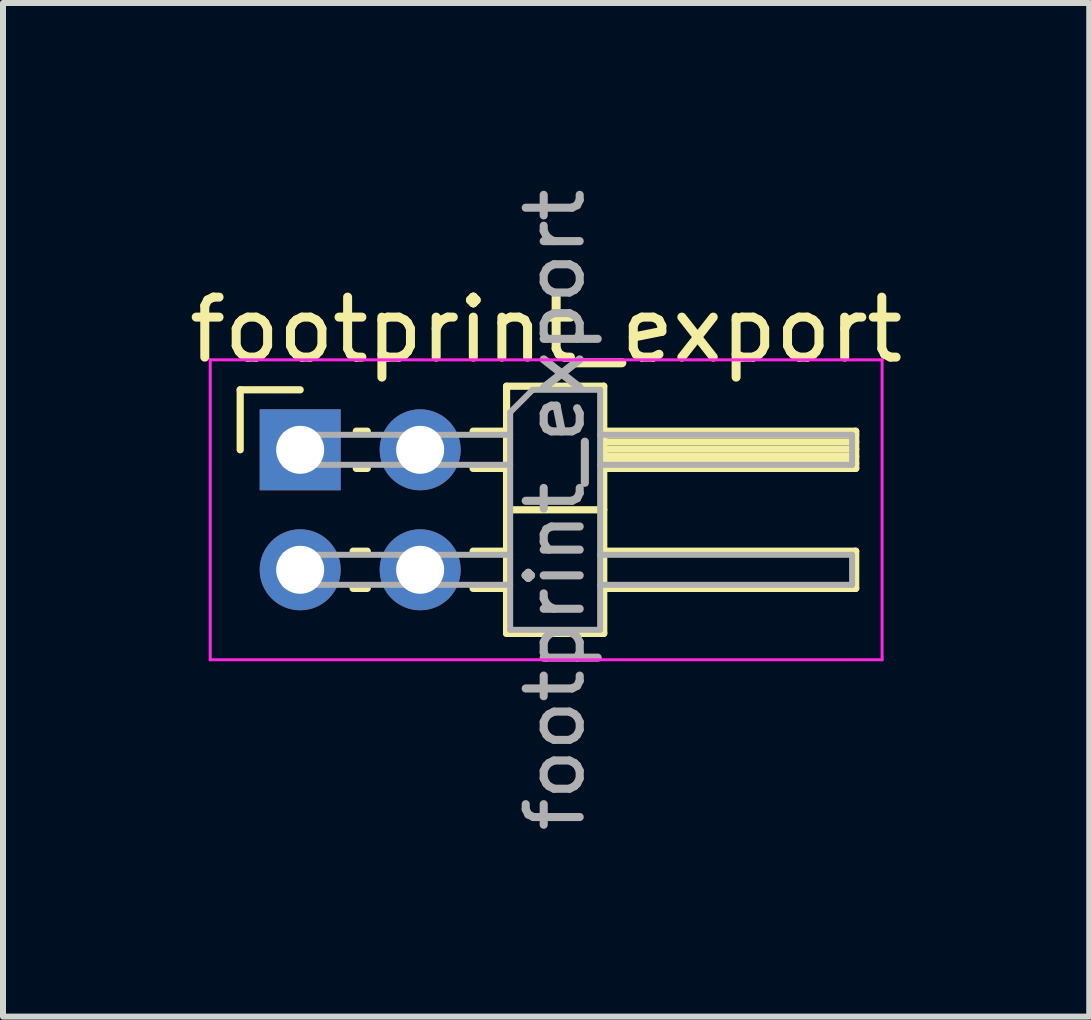
<source format=kicad_pcb>
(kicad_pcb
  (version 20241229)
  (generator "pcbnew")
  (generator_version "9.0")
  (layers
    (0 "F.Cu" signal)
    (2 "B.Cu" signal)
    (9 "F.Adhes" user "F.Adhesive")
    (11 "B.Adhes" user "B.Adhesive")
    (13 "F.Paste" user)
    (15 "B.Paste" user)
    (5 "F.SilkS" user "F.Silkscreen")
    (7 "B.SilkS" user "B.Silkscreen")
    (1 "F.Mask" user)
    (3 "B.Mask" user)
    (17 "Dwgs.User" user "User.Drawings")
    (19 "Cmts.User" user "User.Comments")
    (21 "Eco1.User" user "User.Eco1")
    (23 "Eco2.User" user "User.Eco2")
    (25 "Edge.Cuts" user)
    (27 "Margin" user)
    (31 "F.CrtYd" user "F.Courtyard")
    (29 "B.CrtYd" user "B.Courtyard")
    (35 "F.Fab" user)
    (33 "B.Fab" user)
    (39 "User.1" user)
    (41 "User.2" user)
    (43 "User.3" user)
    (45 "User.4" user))
  (footprint "footprint_export"
    (layer "F.Cu")
    (at 1.954 4.448)
    (property "Reference" "footprint_export" (at 4.1 -2 0) (layer "F.SilkS") (effects (font (size 1 1) (thickness 0.15))))
    (attr through_hole)
    (fp_line (start -1 -1) (end 0 -1) (stroke (width 0.12) (type solid)) (layer "F.SilkS"))
    (fp_line (start -1 0) (end -1 -1) (stroke (width 0.12) (type solid)) (layer "F.SilkS"))
    (fp_line (start 0.882 1.69) (end 1.118 1.69) (stroke (width 0.12) (type solid)) (layer "F.SilkS"))
    (fp_line (start 0.882 2.31) (end 1.118 2.31) (stroke (width 0.12) (type solid)) (layer "F.SilkS"))
    (fp_line (start 0.935 -0.31) (end 1.118 -0.31) (stroke (width 0.12) (type solid)) (layer "F.SilkS"))
    (fp_line (start 0.935 0.31) (end 1.118 0.31) (stroke (width 0.12) (type solid)) (layer "F.SilkS"))
    (fp_line (start 2.882 -0.31) (end 3.44 -0.31) (stroke (width 0.12) (type solid)) (layer "F.SilkS"))
    (fp_line (start 2.882 0.31) (end 3.44 0.31) (stroke (width 0.12) (type solid)) (layer "F.SilkS"))
    (fp_line (start 2.882 1.69) (end 3.44 1.69) (stroke (width 0.12) (type solid)) (layer "F.SilkS"))
    (fp_line (start 2.882 2.31) (end 3.44 2.31) (stroke (width 0.12) (type solid)) (layer "F.SilkS"))
    (fp_line (start 3.44 -1.06) (end 3.44 3.06) (stroke (width 0.12) (type solid)) (layer "F.SilkS"))
    (fp_line (start 3.44 1) (end 5.06 1) (stroke (width 0.12) (type solid)) (layer "F.SilkS"))
    (fp_line (start 3.44 3.06) (end 5.06 3.06) (stroke (width 0.12) (type solid)) (layer "F.SilkS"))
    (fp_line (start 5.06 -1.06) (end 3.44 -1.06) (stroke (width 0.12) (type solid)) (layer "F.SilkS"))
    (fp_line (start 5.06 -0.31) (end 9.26 -0.31) (stroke (width 0.12) (type solid)) (layer "F.SilkS"))
    (fp_line (start 5.06 -0.25) (end 9.26 -0.25) (stroke (width 0.12) (type solid)) (layer "F.SilkS"))
    (fp_line (start 5.06 -0.13) (end 9.26 -0.13) (stroke (width 0.12) (type solid)) (layer "F.SilkS"))
    (fp_line (start 5.06 -0.01) (end 9.26 -0.01) (stroke (width 0.12) (type solid)) (layer "F.SilkS"))
    (fp_line (start 5.06 0.11) (end 9.26 0.11) (stroke (width 0.12) (type solid)) (layer "F.SilkS"))
    (fp_line (start 5.06 0.23) (end 9.26 0.23) (stroke (width 0.12) (type solid)) (layer "F.SilkS"))
    (fp_line (start 5.06 1.69) (end 9.26 1.69) (stroke (width 0.12) (type solid)) (layer "F.SilkS"))
    (fp_line (start 5.06 3.06) (end 5.06 -1.06) (stroke (width 0.12) (type solid)) (layer "F.SilkS"))
    (fp_line (start 9.26 -0.31) (end 9.26 0.31) (stroke (width 0.12) (type solid)) (layer "F.SilkS"))
    (fp_line (start 9.26 0.31) (end 5.06 0.31) (stroke (width 0.12) (type solid)) (layer "F.SilkS"))
    (fp_line (start 9.26 1.69) (end 9.26 2.31) (stroke (width 0.12) (type solid)) (layer "F.SilkS"))
    (fp_line (start 9.26 2.31) (end 5.06 2.31) (stroke (width 0.12) (type solid)) (layer "F.SilkS"))
    (fp_line (start -1.5 -1.5) (end -1.5 3.5) (stroke (width 0.05) (type solid)) (layer "F.CrtYd"))
    (fp_line (start -1.5 3.5) (end 9.7 3.5) (stroke (width 0.05) (type solid)) (layer "F.CrtYd"))
    (fp_line (start 9.7 -1.5) (end -1.5 -1.5) (stroke (width 0.05) (type solid)) (layer "F.CrtYd"))
    (fp_line (start 9.7 3.5) (end 9.7 -1.5) (stroke (width 0.05) (type solid)) (layer "F.CrtYd"))
    (fp_line (start -0.25 -0.25) (end -0.25 0.25) (stroke (width 0.1) (type solid)) (layer "F.Fab"))
    (fp_line (start -0.25 -0.25) (end 3.5 -0.25) (stroke (width 0.1) (type solid)) (layer "F.Fab"))
    (fp_line (start -0.25 0.25) (end 3.5 0.25) (stroke (width 0.1) (type solid)) (layer "F.Fab"))
    (fp_line (start -0.25 1.75) (end -0.25 2.25) (stroke (width 0.1) (type solid)) (layer "F.Fab"))
    (fp_line (start -0.25 1.75) (end 3.5 1.75) (stroke (width 0.1) (type solid)) (layer "F.Fab"))
    (fp_line (start -0.25 2.25) (end 3.5 2.25) (stroke (width 0.1) (type solid)) (layer "F.Fab"))
    (fp_line (start 3.5 -0.625) (end 3.875 -1) (stroke (width 0.1) (type solid)) (layer "F.Fab"))
    (fp_line (start 3.5 3) (end 3.5 -0.625) (stroke (width 0.1) (type solid)) (layer "F.Fab"))
    (fp_line (start 3.875 -1) (end 5 -1) (stroke (width 0.1) (type solid)) (layer "F.Fab"))
    (fp_line (start 5 -1) (end 5 3) (stroke (width 0.1) (type solid)) (layer "F.Fab"))
    (fp_line (start 5 -0.25) (end 9.2 -0.25) (stroke (width 0.1) (type solid)) (layer "F.Fab"))
    (fp_line (start 5 0.25) (end 9.2 0.25) (stroke (width 0.1) (type solid)) (layer "F.Fab"))
    (fp_line (start 5 1.75) (end 9.2 1.75) (stroke (width 0.1) (type solid)) (layer "F.Fab"))
    (fp_line (start 5 2.25) (end 9.2 2.25) (stroke (width 0.1) (type solid)) (layer "F.Fab"))
    (fp_line (start 5 3) (end 3.5 3) (stroke (width 0.1) (type solid)) (layer "F.Fab"))
    (fp_line (start 9.2 -0.25) (end 9.2 0.25) (stroke (width 0.1) (type solid)) (layer "F.Fab"))
    (fp_line (start 9.2 1.75) (end 9.2 2.25) (stroke (width 0.1) (type solid)) (layer "F.Fab"))
    (fp_text user "${REFERENCE}" (at 4.25 1 90) (layer "F.Fab") (effects (font (size 0.9 0.9) (thickness 0.135))))
    (pad "1" thru_hole rect (at 0 0) (size 1.35 1.35) (drill 0.8) (layers "*.Cu" "*.Mask"))
    (pad "2" thru_hole oval (at 2 0) (size 1.35 1.35) (drill 0.8) (layers "*.Cu" "*.Mask"))
    (pad "3" thru_hole oval (at 0 2) (size 1.35 1.35) (drill 0.8) (layers "*.Cu" "*.Mask"))
    (pad "4" thru_hole oval (at 2 2) (size 1.35 1.35) (drill 0.8) (layers "*.Cu" "*.Mask")))
  (gr_rect
    (start -3 -3)
    (end 15.107 13.896)
    (stroke (width 0.1) (type default))
    (fill no)
    (layer "Edge.Cuts")))
</source>
